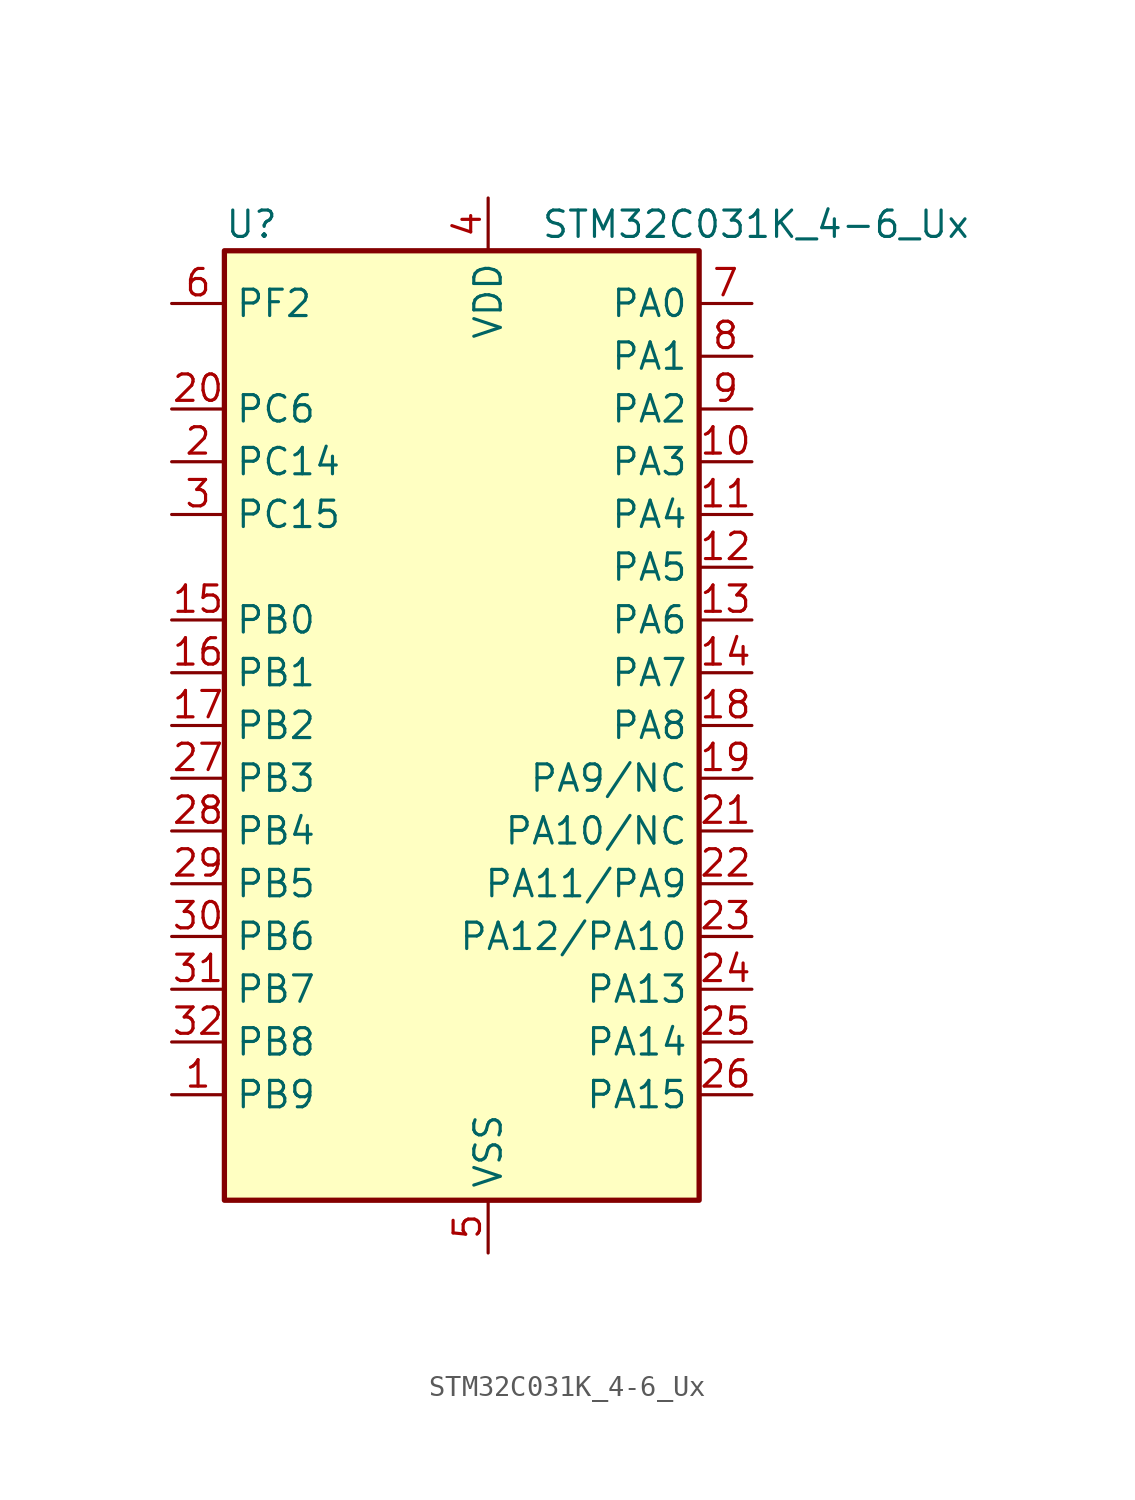
<source format=kicad_sym>
(kicad_symbol_lib
  (version 20220914)
  (generator kicad_symbol_editor)
  (symbol "STM32C031K_4-6_Ux"
    (property "Reference" "U"
      (at -10.16 24.13 0)
      (effects (font (size 1.27 1.27)) (justify left)))
    (property "Value" "STM32C031K_4-6_Ux"
      (at 5.08 24.13 0)
      (effects (font (size 1.27 1.27)) (justify left)))
    (property "ki_locked" ""
      (at 0 0 0)
      (effects (font (size 1.27 1.27))))
    (symbol "STM32C031K_4-6_Ux_0_1"
      (rectangle (start -10.16 -22.86) (end 12.7 22.86) (stroke (width 0.254) (type default)) (fill (type background))))
    (symbol "STM32C031K_4-6_Ux_1_1"
      (pin bidirectional line (at -12.7 -17.78 0) (length 2.54) (name "PB9" (effects (font (size 1.27 1.27)))) (number "1" (effects (font (size 1.27 1.27)))) (alternate "I2C1_SDA" bidirectional line) (alternate "IR_OUT" bidirectional line) (alternate "TIM17_CH1" bidirectional line) (alternate "TIM3_CH2" bidirectional line) (alternate "USART2_CK" bidirectional line) (alternate "USART2_DE" bidirectional line) (alternate "USART2_RTS" bidirectional line))
      (pin bidirectional line (at 15.24 12.7 180) (length 2.54) (name "PA3" (effects (font (size 1.27 1.27)))) (number "10" (effects (font (size 1.27 1.27)))) (alternate "ADC1_IN3" bidirectional line) (alternate "TIM1_CH1N" bidirectional line) (alternate "TIM1_CH4" bidirectional line) (alternate "USART2_RX" bidirectional line))
      (pin bidirectional line (at 15.24 10.16 180) (length 2.54) (name "PA4" (effects (font (size 1.27 1.27)))) (number "11" (effects (font (size 1.27 1.27)))) (alternate "ADC1_IN4" bidirectional line) (alternate "I2S1_WS" bidirectional line) (alternate "PWR_WKUP2" bidirectional line) (alternate "RTC_OUT1" bidirectional line) (alternate "RTC_TS" bidirectional line) (alternate "SPI1_NSS" bidirectional line) (alternate "TIM14_CH1" bidirectional line) (alternate "TIM17_CH1N" bidirectional line) (alternate "TIM1_CH2N" bidirectional line) (alternate "USART2_TX" bidirectional line))
      (pin bidirectional line (at 15.24 7.62 180) (length 2.54) (name "PA5" (effects (font (size 1.27 1.27)))) (number "12" (effects (font (size 1.27 1.27)))) (alternate "ADC1_IN5" bidirectional line) (alternate "I2S1_CK" bidirectional line) (alternate "SPI1_SCK" bidirectional line) (alternate "TIM1_CH1" bidirectional line) (alternate "TIM1_CH3N" bidirectional line) (alternate "USART2_RX" bidirectional line))
      (pin bidirectional line (at 15.24 5.08 180) (length 2.54) (name "PA6" (effects (font (size 1.27 1.27)))) (number "13" (effects (font (size 1.27 1.27)))) (alternate "ADC1_IN6" bidirectional line) (alternate "I2S1_MCK" bidirectional line) (alternate "SPI1_MISO" bidirectional line) (alternate "TIM16_CH1" bidirectional line) (alternate "TIM1_BKIN" bidirectional line) (alternate "TIM3_CH1" bidirectional line))
      (pin bidirectional line (at 15.24 2.54 180) (length 2.54) (name "PA7" (effects (font (size 1.27 1.27)))) (number "14" (effects (font (size 1.27 1.27)))) (alternate "ADC1_IN7" bidirectional line) (alternate "I2S1_SD" bidirectional line) (alternate "SPI1_MOSI" bidirectional line) (alternate "TIM14_CH1" bidirectional line) (alternate "TIM17_CH1" bidirectional line) (alternate "TIM1_CH1N" bidirectional line) (alternate "TIM3_CH2" bidirectional line))
      (pin bidirectional line (at -12.7 5.08 0) (length 2.54) (name "PB0" (effects (font (size 1.27 1.27)))) (number "15" (effects (font (size 1.27 1.27)))) (alternate "ADC1_IN17" bidirectional line) (alternate "I2S1_WS" bidirectional line) (alternate "SPI1_NSS" bidirectional line) (alternate "TIM1_CH2N" bidirectional line) (alternate "TIM3_CH3" bidirectional line))
      (pin bidirectional line (at -12.7 2.54 0) (length 2.54) (name "PB1" (effects (font (size 1.27 1.27)))) (number "16" (effects (font (size 1.27 1.27)))) (alternate "ADC1_IN18" bidirectional line) (alternate "TIM14_CH1" bidirectional line) (alternate "TIM1_CH2N" bidirectional line) (alternate "TIM1_CH3N" bidirectional line) (alternate "TIM3_CH4" bidirectional line))
      (pin bidirectional line (at -12.7 0 0) (length 2.54) (name "PB2" (effects (font (size 1.27 1.27)))) (number "17" (effects (font (size 1.27 1.27)))) (alternate "ADC1_IN19" bidirectional line) (alternate "RCC_MCO_2" bidirectional line) (alternate "USART1_RX" bidirectional line))
      (pin bidirectional line (at 15.24 0 180) (length 2.54) (name "PA8" (effects (font (size 1.27 1.27)))) (number "18" (effects (font (size 1.27 1.27)))) (alternate "ADC1_IN8" bidirectional line) (alternate "I2S1_WS" bidirectional line) (alternate "RCC_MCO" bidirectional line) (alternate "RCC_MCO_2" bidirectional line) (alternate "SPI1_NSS" bidirectional line) (alternate "TIM14_CH1" bidirectional line) (alternate "TIM1_CH1" bidirectional line) (alternate "TIM1_CH2N" bidirectional line) (alternate "TIM1_CH3N" bidirectional line) (alternate "TIM3_CH3" bidirectional line) (alternate "TIM3_CH4" bidirectional line) (alternate "USART1_RX" bidirectional line) (alternate "USART2_TX" bidirectional line))
      (pin bidirectional line (at 15.24 -2.54 180) (length 2.54) (name "PA9/NC" (effects (font (size 1.27 1.27)))) (number "19" (effects (font (size 1.27 1.27)))) (alternate "I2C1_SCL" bidirectional line) (alternate "RCC_MCO" bidirectional line) (alternate "TIM1_CH2" bidirectional line) (alternate "TIM3_ETR" bidirectional line) (alternate "USART1_TX" bidirectional line))
      (pin bidirectional line (at -12.7 12.7 0) (length 2.54) (name "PC14" (effects (font (size 1.27 1.27)))) (number "2" (effects (font (size 1.27 1.27)))) (alternate "I2C1_SDA" bidirectional line) (alternate "IR_OUT" bidirectional line) (alternate "RCC_OSCX_IN" bidirectional line) (alternate "TIM17_CH1" bidirectional line) (alternate "TIM1_BKIN2" bidirectional line) (alternate "TIM1_ETR" bidirectional line) (alternate "TIM3_CH2" bidirectional line) (alternate "USART1_TX" bidirectional line) (alternate "USART2_CK" bidirectional line) (alternate "USART2_DE" bidirectional line) (alternate "USART2_RTS" bidirectional line))
      (pin bidirectional line (at -12.7 15.24 0) (length 2.54) (name "PC6" (effects (font (size 1.27 1.27)))) (number "20" (effects (font (size 1.27 1.27)))) (alternate "TIM3_CH1" bidirectional line))
      (pin bidirectional line (at 15.24 -5.08 180) (length 2.54) (name "PA10/NC" (effects (font (size 1.27 1.27)))) (number "21" (effects (font (size 1.27 1.27)))) (alternate "I2C1_SDA" bidirectional line) (alternate "RCC_MCO_2" bidirectional line) (alternate "TIM17_BKIN" bidirectional line) (alternate "TIM1_CH3" bidirectional line) (alternate "USART1_RX" bidirectional line))
      (pin bidirectional line (at 15.24 -7.62 180) (length 2.54) (name "PA11/PA9" (effects (font (size 1.27 1.27)))) (number "22" (effects (font (size 1.27 1.27)))) (alternate "ADC1_EXTI11" bidirectional line) (alternate "ADC1_IN11" bidirectional line) (alternate "I2S1_MCK" bidirectional line) (alternate "SPI1_MISO" bidirectional line) (alternate "TIM1_BKIN2" bidirectional line) (alternate "TIM1_CH4" bidirectional line) (alternate "USART1_CTS" bidirectional line) (alternate "USART1_NSS" bidirectional line))
      (pin bidirectional line (at 15.24 -10.16 180) (length 2.54) (name "PA12/PA10" (effects (font (size 1.27 1.27)))) (number "23" (effects (font (size 1.27 1.27)))) (alternate "ADC1_IN12" bidirectional line) (alternate "I2S1_SD" bidirectional line) (alternate "I2S_CKIN" bidirectional line) (alternate "SPI1_MOSI" bidirectional line) (alternate "TIM1_ETR" bidirectional line) (alternate "USART1_CK" bidirectional line) (alternate "USART1_DE" bidirectional line) (alternate "USART1_RTS" bidirectional line))
      (pin bidirectional line (at 15.24 -12.7 180) (length 2.54) (name "PA13" (effects (font (size 1.27 1.27)))) (number "24" (effects (font (size 1.27 1.27)))) (alternate "ADC1_IN13" bidirectional line) (alternate "DEBUG_SWDIO" bidirectional line) (alternate "IR_OUT" bidirectional line) (alternate "TIM3_ETR" bidirectional line) (alternate "USART2_RX" bidirectional line))
      (pin bidirectional line (at 15.24 -15.24 180) (length 2.54) (name "PA14" (effects (font (size 1.27 1.27)))) (number "25" (effects (font (size 1.27 1.27)))) (alternate "ADC1_IN14" bidirectional line) (alternate "DEBUG_SWCLK" bidirectional line) (alternate "I2S1_WS" bidirectional line) (alternate "RCC_MCO_2" bidirectional line) (alternate "SPI1_NSS" bidirectional line) (alternate "TIM1_CH1" bidirectional line) (alternate "USART1_CK" bidirectional line) (alternate "USART1_DE" bidirectional line) (alternate "USART1_RTS" bidirectional line) (alternate "USART2_RX" bidirectional line) (alternate "USART2_TX" bidirectional line))
      (pin bidirectional line (at 15.24 -17.78 180) (length 2.54) (name "PA15" (effects (font (size 1.27 1.27)))) (number "26" (effects (font (size 1.27 1.27)))) (alternate "I2S1_WS" bidirectional line) (alternate "RCC_MCO_2" bidirectional line) (alternate "SPI1_NSS" bidirectional line) (alternate "TIM1_CH1" bidirectional line) (alternate "USART1_CK" bidirectional line) (alternate "USART1_DE" bidirectional line) (alternate "USART1_RTS" bidirectional line) (alternate "USART2_RX" bidirectional line))
      (pin bidirectional line (at -12.7 -2.54 0) (length 2.54) (name "PB3" (effects (font (size 1.27 1.27)))) (number "27" (effects (font (size 1.27 1.27)))) (alternate "I2S1_CK" bidirectional line) (alternate "SPI1_SCK" bidirectional line) (alternate "TIM1_CH2" bidirectional line) (alternate "TIM3_CH2" bidirectional line) (alternate "USART1_CK" bidirectional line) (alternate "USART1_DE" bidirectional line) (alternate "USART1_RTS" bidirectional line))
      (pin bidirectional line (at -12.7 -5.08 0) (length 2.54) (name "PB4" (effects (font (size 1.27 1.27)))) (number "28" (effects (font (size 1.27 1.27)))) (alternate "I2S1_MCK" bidirectional line) (alternate "SPI1_MISO" bidirectional line) (alternate "TIM17_BKIN" bidirectional line) (alternate "TIM3_CH1" bidirectional line) (alternate "USART1_CTS" bidirectional line) (alternate "USART1_NSS" bidirectional line))
      (pin bidirectional line (at -12.7 -7.62 0) (length 2.54) (name "PB5" (effects (font (size 1.27 1.27)))) (number "29" (effects (font (size 1.27 1.27)))) (alternate "I2C1_SMBA" bidirectional line) (alternate "I2S1_SD" bidirectional line) (alternate "PWR_WKUP6" bidirectional line) (alternate "SPI1_MOSI" bidirectional line) (alternate "TIM16_BKIN" bidirectional line) (alternate "TIM3_CH2" bidirectional line) (alternate "TIM3_CH3" bidirectional line))
      (pin bidirectional line (at -12.7 10.16 0) (length 2.54) (name "PC15" (effects (font (size 1.27 1.27)))) (number "3" (effects (font (size 1.27 1.27)))) (alternate "RCC_OSC32_EN" bidirectional line) (alternate "RCC_OSCX_OUT" bidirectional line) (alternate "RCC_OSC_EN" bidirectional line) (alternate "TIM1_ETR" bidirectional line) (alternate "TIM3_CH3" bidirectional line))
      (pin bidirectional line (at -12.7 -10.16 0) (length 2.54) (name "PB6" (effects (font (size 1.27 1.27)))) (number "30" (effects (font (size 1.27 1.27)))) (alternate "I2C1_SCL" bidirectional line) (alternate "I2C1_SMBA" bidirectional line) (alternate "I2S1_CK" bidirectional line) (alternate "I2S1_MCK" bidirectional line) (alternate "I2S1_SD" bidirectional line) (alternate "PWR_WKUP3" bidirectional line) (alternate "SPI1_MISO" bidirectional line) (alternate "SPI1_MOSI" bidirectional line) (alternate "SPI1_SCK" bidirectional line) (alternate "TIM16_BKIN" bidirectional line) (alternate "TIM16_CH1N" bidirectional line) (alternate "TIM17_BKIN" bidirectional line) (alternate "TIM1_CH2" bidirectional line) (alternate "TIM1_CH3" bidirectional line) (alternate "TIM3_CH1" bidirectional line) (alternate "TIM3_CH2" bidirectional line) (alternate "TIM3_CH3" bidirectional line) (alternate "USART1_CK" bidirectional line) (alternate "USART1_CTS" bidirectional line) (alternate "USART1_DE" bidirectional line) (alternate "USART1_NSS" bidirectional line) (alternate "USART1_RTS" bidirectional line) (alternate "USART1_TX" bidirectional line))
      (pin bidirectional line (at -12.7 -12.7 0) (length 2.54) (name "PB7" (effects (font (size 1.27 1.27)))) (number "31" (effects (font (size 1.27 1.27)))) (alternate "I2C1_SCL" bidirectional line) (alternate "I2C1_SDA" bidirectional line) (alternate "RTC_REFIN" bidirectional line) (alternate "TIM16_CH1" bidirectional line) (alternate "TIM17_CH1N" bidirectional line) (alternate "TIM1_CH4" bidirectional line) (alternate "TIM3_CH1" bidirectional line) (alternate "TIM3_CH4" bidirectional line) (alternate "USART1_RX" bidirectional line) (alternate "USART2_CTS" bidirectional line) (alternate "USART2_NSS" bidirectional line))
      (pin bidirectional line (at -12.7 -15.24 0) (length 2.54) (name "PB8" (effects (font (size 1.27 1.27)))) (number "32" (effects (font (size 1.27 1.27)))) (alternate "I2C1_SCL" bidirectional line) (alternate "TIM16_CH1" bidirectional line) (alternate "TIM3_CH1" bidirectional line) (alternate "USART2_CTS" bidirectional line) (alternate "USART2_NSS" bidirectional line))
      (pin passive line (at 2.54 -25.4 90) (length 2.54) hide (name "VSS" (effects (font (size 1.27 1.27)))) (number "33" (effects (font (size 1.27 1.27)))))
      (pin power_in line (at 2.54 25.4 270) (length 2.54) (name "VDD" (effects (font (size 1.27 1.27)))) (number "4" (effects (font (size 1.27 1.27)))))
      (pin power_in line (at 2.54 -25.4 90) (length 2.54) (name "VSS" (effects (font (size 1.27 1.27)))) (number "5" (effects (font (size 1.27 1.27)))))
      (pin bidirectional line (at -12.7 20.32 0) (length 2.54) (name "PF2" (effects (font (size 1.27 1.27)))) (number "6" (effects (font (size 1.27 1.27)))) (alternate "RCC_MCO" bidirectional line) (alternate "TIM1_CH4" bidirectional line))
      (pin bidirectional line (at 15.24 20.32 180) (length 2.54) (name "PA0" (effects (font (size 1.27 1.27)))) (number "7" (effects (font (size 1.27 1.27)))) (alternate "ADC1_IN0" bidirectional line) (alternate "PWR_WKUP1" bidirectional line) (alternate "TIM16_CH1" bidirectional line) (alternate "TIM1_CH1" bidirectional line) (alternate "USART1_TX" bidirectional line) (alternate "USART2_CTS" bidirectional line) (alternate "USART2_NSS" bidirectional line))
      (pin bidirectional line (at 15.24 17.78 180) (length 2.54) (name "PA1" (effects (font (size 1.27 1.27)))) (number "8" (effects (font (size 1.27 1.27)))) (alternate "ADC1_IN1" bidirectional line) (alternate "I2C1_SMBA" bidirectional line) (alternate "I2S1_CK" bidirectional line) (alternate "SPI1_SCK" bidirectional line) (alternate "TIM17_CH1" bidirectional line) (alternate "TIM1_CH2" bidirectional line) (alternate "USART1_RX" bidirectional line) (alternate "USART2_CK" bidirectional line) (alternate "USART2_DE" bidirectional line) (alternate "USART2_RTS" bidirectional line))
      (pin bidirectional line (at 15.24 15.24 180) (length 2.54) (name "PA2" (effects (font (size 1.27 1.27)))) (number "9" (effects (font (size 1.27 1.27)))) (alternate "ADC1_IN2" bidirectional line) (alternate "I2S1_SD" bidirectional line) (alternate "PWR_WKUP4" bidirectional line) (alternate "RCC_LSCO" bidirectional line) (alternate "SPI1_MOSI" bidirectional line) (alternate "TIM16_CH1N" bidirectional line) (alternate "TIM1_CH3" bidirectional line) (alternate "TIM3_ETR" bidirectional line) (alternate "USART2_TX" bidirectional line)))))
</source>
